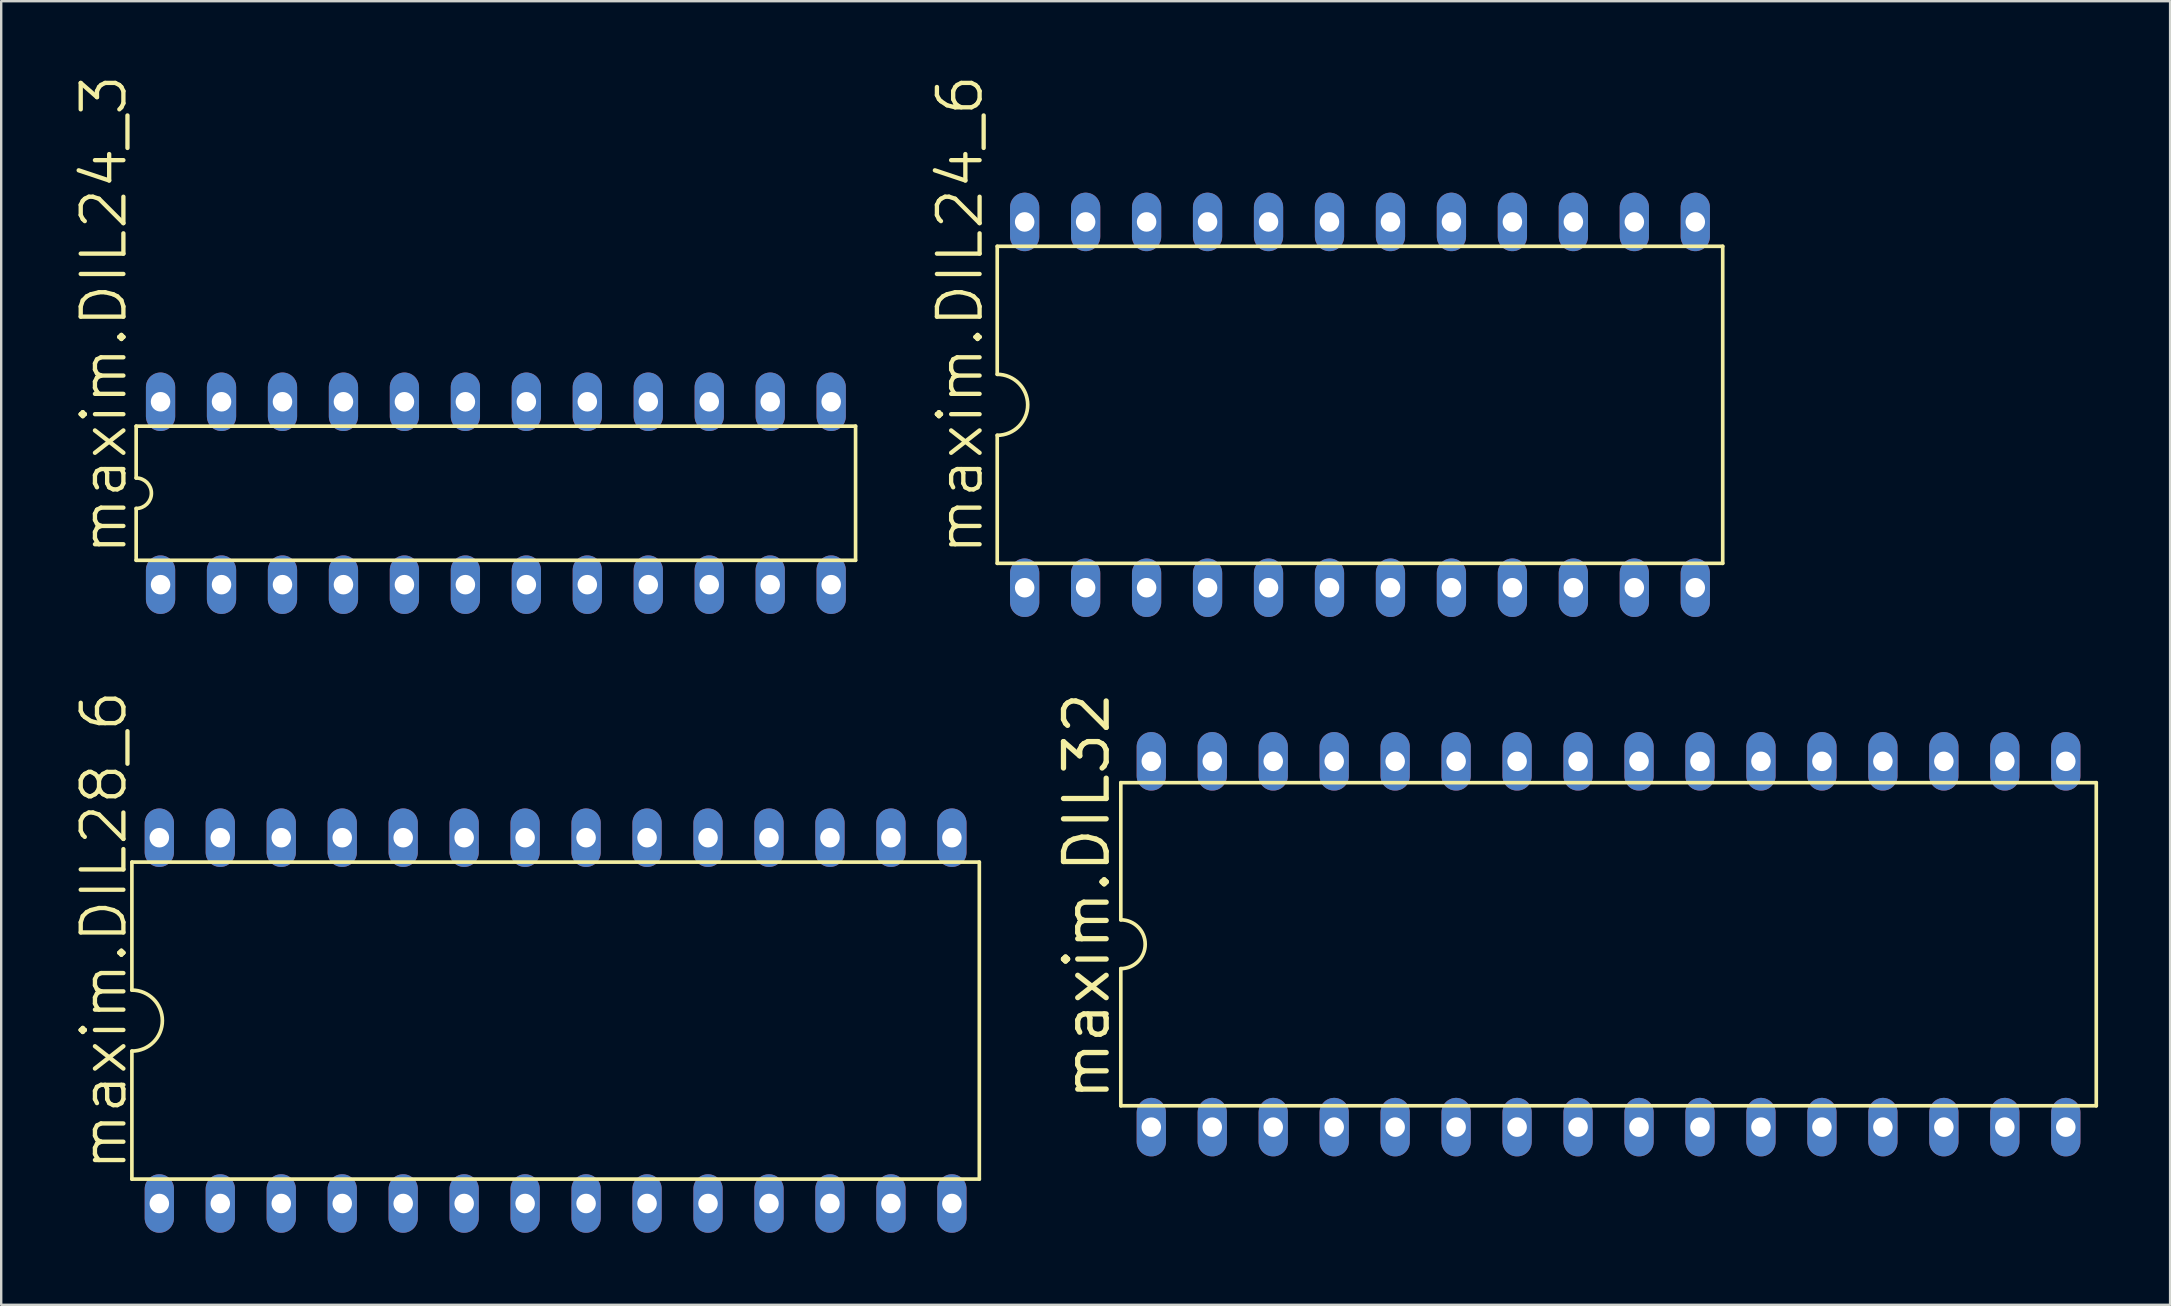
<source format=kicad_pcb>
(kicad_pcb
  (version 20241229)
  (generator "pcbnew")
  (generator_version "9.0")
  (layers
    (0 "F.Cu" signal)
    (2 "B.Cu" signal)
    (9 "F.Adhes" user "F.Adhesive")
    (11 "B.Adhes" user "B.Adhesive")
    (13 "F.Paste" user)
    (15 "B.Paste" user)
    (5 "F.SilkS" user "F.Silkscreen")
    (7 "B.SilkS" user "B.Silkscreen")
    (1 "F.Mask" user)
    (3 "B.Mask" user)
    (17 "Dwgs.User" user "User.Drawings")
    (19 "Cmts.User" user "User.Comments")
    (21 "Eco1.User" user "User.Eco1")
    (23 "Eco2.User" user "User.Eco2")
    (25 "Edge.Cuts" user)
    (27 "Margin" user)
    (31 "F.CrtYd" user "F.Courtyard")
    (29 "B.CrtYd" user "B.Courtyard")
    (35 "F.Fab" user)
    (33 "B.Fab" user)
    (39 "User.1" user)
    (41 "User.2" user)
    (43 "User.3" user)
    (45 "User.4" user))
  (footprint "maxim.DIL24_6"
    (layer "F.Cu")
    (at 53.61 13.816)
    (property "Reference" "maxim.DIL24_6" (at -15.621 6.35 90) (layer "F.SilkS") (effects (font (size 1.778 1.778) (thickness 0.18)) (justify left bottom)))
    (attr through_hole)
    (fp_line (start -15.113 -6.604) (end -15.113 -1.27) (stroke (width 0.152) (type default)) (layer "F.SilkS"))
    (fp_line (start -15.113 -6.604) (end 15.113 -6.604) (stroke (width 0.152) (type default)) (layer "F.SilkS"))
    (fp_line (start -15.113 1.27) (end -15.113 6.604) (stroke (width 0.152) (type default)) (layer "F.SilkS"))
    (fp_line (start -15.113 6.604) (end 15.113 6.604) (stroke (width 0.152) (type default)) (layer "F.SilkS"))
    (fp_line (start 15.113 6.604) (end 15.113 -6.604) (stroke (width 0.152) (type default)) (layer "F.SilkS"))
    (fp_arc (start -15.113 -1.27) (mid -13.843 0) (end -15.113 1.27) (stroke (width 0.1524) (type default)) (layer "F.SilkS"))
    (pad "1" thru_hole oval (at -13.97 7.62 90) (size 2.438 1.219) (drill 0.813) (layers "*.Cu" "*.Mask"))
    (pad "2" thru_hole oval (at -11.43 7.62 90) (size 2.438 1.219) (drill 0.813) (layers "*.Cu" "*.Mask"))
    (pad "3" thru_hole oval (at -8.89 7.62 90) (size 2.438 1.219) (drill 0.813) (layers "*.Cu" "*.Mask"))
    (pad "4" thru_hole oval (at -6.35 7.62 90) (size 2.438 1.219) (drill 0.813) (layers "*.Cu" "*.Mask"))
    (pad "5" thru_hole oval (at -3.81 7.62 90) (size 2.438 1.219) (drill 0.813) (layers "*.Cu" "*.Mask"))
    (pad "6" thru_hole oval (at -1.27 7.62 90) (size 2.438 1.219) (drill 0.813) (layers "*.Cu" "*.Mask"))
    (pad "7" thru_hole oval (at 1.27 7.62 90) (size 2.438 1.219) (drill 0.813) (layers "*.Cu" "*.Mask"))
    (pad "8" thru_hole oval (at 3.81 7.62 90) (size 2.438 1.219) (drill 0.813) (layers "*.Cu" "*.Mask"))
    (pad "9" thru_hole oval (at 6.35 7.62 90) (size 2.438 1.219) (drill 0.813) (layers "*.Cu" "*.Mask"))
    (pad "10" thru_hole oval (at 8.89 7.62 90) (size 2.438 1.219) (drill 0.813) (layers "*.Cu" "*.Mask"))
    (pad "11" thru_hole oval (at 11.43 7.62 90) (size 2.438 1.219) (drill 0.813) (layers "*.Cu" "*.Mask"))
    (pad "12" thru_hole oval (at 13.97 7.62 90) (size 2.438 1.219) (drill 0.813) (layers "*.Cu" "*.Mask"))
    (pad "13" thru_hole oval (at 13.97 -7.62 90) (size 2.438 1.219) (drill 0.813) (layers "*.Cu" "*.Mask"))
    (pad "14" thru_hole oval (at 11.43 -7.62 90) (size 2.438 1.219) (drill 0.813) (layers "*.Cu" "*.Mask"))
    (pad "15" thru_hole oval (at 8.89 -7.62 90) (size 2.438 1.219) (drill 0.813) (layers "*.Cu" "*.Mask"))
    (pad "16" thru_hole oval (at 6.35 -7.62 90) (size 2.438 1.219) (drill 0.813) (layers "*.Cu" "*.Mask"))
    (pad "17" thru_hole oval (at 3.81 -7.62 90) (size 2.438 1.219) (drill 0.813) (layers "*.Cu" "*.Mask"))
    (pad "18" thru_hole oval (at 1.27 -7.62 90) (size 2.438 1.219) (drill 0.813) (layers "*.Cu" "*.Mask"))
    (pad "19" thru_hole oval (at -1.27 -7.62 90) (size 2.438 1.219) (drill 0.813) (layers "*.Cu" "*.Mask"))
    (pad "20" thru_hole oval (at -3.81 -7.62 90) (size 2.438 1.219) (drill 0.813) (layers "*.Cu" "*.Mask"))
    (pad "21" thru_hole oval (at -6.35 -7.62 90) (size 2.438 1.219) (drill 0.813) (layers "*.Cu" "*.Mask"))
    (pad "22" thru_hole oval (at -8.89 -7.62 90) (size 2.438 1.219) (drill 0.813) (layers "*.Cu" "*.Mask"))
    (pad "23" thru_hole oval (at -11.43 -7.62 90) (size 2.438 1.219) (drill 0.813) (layers "*.Cu" "*.Mask"))
    (pad "24" thru_hole oval (at -13.97 -7.62 90) (size 2.438 1.219) (drill 0.813) (layers "*.Cu" "*.Mask")))
  (footprint "maxim.DIL28_6"
    (layer "F.Cu")
    (at 20.098 39.471)
    (property "Reference" "maxim.DIL28_6" (at -17.78 6.35 90) (layer "F.SilkS") (effects (font (size 1.778 1.778) (thickness 0.18)) (justify left bottom)))
    (attr through_hole)
    (fp_line (start -17.653 -6.604) (end -17.653 -1.27) (stroke (width 0.152) (type default)) (layer "F.SilkS"))
    (fp_line (start -17.653 -6.604) (end 17.653 -6.604) (stroke (width 0.152) (type default)) (layer "F.SilkS"))
    (fp_line (start -17.653 1.27) (end -17.653 6.604) (stroke (width 0.152) (type default)) (layer "F.SilkS"))
    (fp_line (start -17.653 6.604) (end 17.653 6.604) (stroke (width 0.152) (type default)) (layer "F.SilkS"))
    (fp_line (start 17.653 6.604) (end 17.653 -6.604) (stroke (width 0.152) (type default)) (layer "F.SilkS"))
    (fp_arc (start -17.653 -1.27) (mid -16.383 0) (end -17.653 1.27) (stroke (width 0.1524) (type default)) (layer "F.SilkS"))
    (pad "1" thru_hole oval (at -16.51 7.62 90) (size 2.438 1.219) (drill 0.813) (layers "*.Cu" "*.Mask"))
    (pad "2" thru_hole oval (at -13.97 7.62 90) (size 2.438 1.219) (drill 0.813) (layers "*.Cu" "*.Mask"))
    (pad "3" thru_hole oval (at -11.43 7.62 90) (size 2.438 1.219) (drill 0.813) (layers "*.Cu" "*.Mask"))
    (pad "4" thru_hole oval (at -8.89 7.62 90) (size 2.438 1.219) (drill 0.813) (layers "*.Cu" "*.Mask"))
    (pad "5" thru_hole oval (at -6.35 7.62 90) (size 2.438 1.219) (drill 0.813) (layers "*.Cu" "*.Mask"))
    (pad "6" thru_hole oval (at -3.81 7.62 90) (size 2.438 1.219) (drill 0.813) (layers "*.Cu" "*.Mask"))
    (pad "7" thru_hole oval (at -1.27 7.62 90) (size 2.438 1.219) (drill 0.813) (layers "*.Cu" "*.Mask"))
    (pad "8" thru_hole oval (at 1.27 7.62 90) (size 2.438 1.219) (drill 0.813) (layers "*.Cu" "*.Mask"))
    (pad "9" thru_hole oval (at 3.81 7.62 90) (size 2.438 1.219) (drill 0.813) (layers "*.Cu" "*.Mask"))
    (pad "10" thru_hole oval (at 6.35 7.62 90) (size 2.438 1.219) (drill 0.813) (layers "*.Cu" "*.Mask"))
    (pad "11" thru_hole oval (at 8.89 7.62 90) (size 2.438 1.219) (drill 0.813) (layers "*.Cu" "*.Mask"))
    (pad "12" thru_hole oval (at 11.43 7.62 90) (size 2.438 1.219) (drill 0.813) (layers "*.Cu" "*.Mask"))
    (pad "13" thru_hole oval (at 13.97 7.62 90) (size 2.438 1.219) (drill 0.813) (layers "*.Cu" "*.Mask"))
    (pad "14" thru_hole oval (at 16.51 7.62 90) (size 2.438 1.219) (drill 0.813) (layers "*.Cu" "*.Mask"))
    (pad "15" thru_hole oval (at 16.51 -7.62 90) (size 2.438 1.219) (drill 0.813) (layers "*.Cu" "*.Mask"))
    (pad "16" thru_hole oval (at 13.97 -7.62 90) (size 2.438 1.219) (drill 0.813) (layers "*.Cu" "*.Mask"))
    (pad "17" thru_hole oval (at 11.43 -7.62 90) (size 2.438 1.219) (drill 0.813) (layers "*.Cu" "*.Mask"))
    (pad "18" thru_hole oval (at 8.89 -7.62 90) (size 2.438 1.219) (drill 0.813) (layers "*.Cu" "*.Mask"))
    (pad "19" thru_hole oval (at 6.35 -7.62 90) (size 2.438 1.219) (drill 0.813) (layers "*.Cu" "*.Mask"))
    (pad "20" thru_hole oval (at 3.81 -7.62 90) (size 2.438 1.219) (drill 0.813) (layers "*.Cu" "*.Mask"))
    (pad "21" thru_hole oval (at 1.27 -7.62 90) (size 2.438 1.219) (drill 0.813) (layers "*.Cu" "*.Mask"))
    (pad "22" thru_hole oval (at -1.27 -7.62 90) (size 2.438 1.219) (drill 0.813) (layers "*.Cu" "*.Mask"))
    (pad "23" thru_hole oval (at -3.81 -7.62 90) (size 2.438 1.219) (drill 0.813) (layers "*.Cu" "*.Mask"))
    (pad "24" thru_hole oval (at -6.35 -7.62 90) (size 2.438 1.219) (drill 0.813) (layers "*.Cu" "*.Mask"))
    (pad "25" thru_hole oval (at -8.89 -7.62 90) (size 2.438 1.219) (drill 0.813) (layers "*.Cu" "*.Mask"))
    (pad "26" thru_hole oval (at -11.43 -7.62 90) (size 2.438 1.219) (drill 0.813) (layers "*.Cu" "*.Mask"))
    (pad "27" thru_hole oval (at -13.97 -7.62 90) (size 2.438 1.219) (drill 0.813) (layers "*.Cu" "*.Mask"))
    (pad "28" thru_hole oval (at -16.51 -7.62 90) (size 2.438 1.219) (drill 0.813) (layers "*.Cu" "*.Mask")))
  (footprint "maxim.DIL24_3"
    (layer "F.Cu")
    (at 17.609 17.499)
    (property "Reference" "maxim.DIL24_3" (at -15.291 2.667 90) (layer "F.SilkS") (effects (font (size 1.778 1.778) (thickness 0.18)) (justify left bottom)))
    (attr through_hole)
    (fp_line (start -14.986 -2.794) (end -14.986 -0.635) (stroke (width 0.152) (type default)) (layer "F.SilkS"))
    (fp_line (start -14.986 -2.794) (end 14.986 -2.794) (stroke (width 0.152) (type default)) (layer "F.SilkS"))
    (fp_line (start -14.986 0.635) (end -14.986 2.794) (stroke (width 0.152) (type default)) (layer "F.SilkS"))
    (fp_line (start -14.986 2.794) (end 14.986 2.794) (stroke (width 0.152) (type default)) (layer "F.SilkS"))
    (fp_line (start 14.986 2.794) (end 14.986 -2.794) (stroke (width 0.152) (type default)) (layer "F.SilkS"))
    (fp_arc (start -14.986 -0.635) (mid -14.351 0) (end -14.986 0.635) (stroke (width 0.1524) (type default)) (layer "F.SilkS"))
    (pad "1" thru_hole oval (at -13.97 3.81 90) (size 2.438 1.219) (drill 0.813) (layers "*.Cu" "*.Mask"))
    (pad "2" thru_hole oval (at -11.43 3.81 90) (size 2.438 1.219) (drill 0.813) (layers "*.Cu" "*.Mask"))
    (pad "3" thru_hole oval (at -8.89 3.81 90) (size 2.438 1.219) (drill 0.813) (layers "*.Cu" "*.Mask"))
    (pad "4" thru_hole oval (at -6.35 3.81 90) (size 2.438 1.219) (drill 0.813) (layers "*.Cu" "*.Mask"))
    (pad "5" thru_hole oval (at -3.81 3.81 90) (size 2.438 1.219) (drill 0.813) (layers "*.Cu" "*.Mask"))
    (pad "6" thru_hole oval (at -1.27 3.81 90) (size 2.438 1.219) (drill 0.813) (layers "*.Cu" "*.Mask"))
    (pad "7" thru_hole oval (at 1.27 3.81 90) (size 2.438 1.219) (drill 0.813) (layers "*.Cu" "*.Mask"))
    (pad "8" thru_hole oval (at 3.81 3.81 90) (size 2.438 1.219) (drill 0.813) (layers "*.Cu" "*.Mask"))
    (pad "9" thru_hole oval (at 6.35 3.81 90) (size 2.438 1.219) (drill 0.813) (layers "*.Cu" "*.Mask"))
    (pad "10" thru_hole oval (at 8.89 3.81 90) (size 2.438 1.219) (drill 0.813) (layers "*.Cu" "*.Mask"))
    (pad "11" thru_hole oval (at 11.43 3.81 90) (size 2.438 1.219) (drill 0.813) (layers "*.Cu" "*.Mask"))
    (pad "12" thru_hole oval (at 13.97 3.81 90) (size 2.438 1.219) (drill 0.813) (layers "*.Cu" "*.Mask"))
    (pad "13" thru_hole oval (at 13.97 -3.81 90) (size 2.438 1.219) (drill 0.813) (layers "*.Cu" "*.Mask"))
    (pad "14" thru_hole oval (at 11.43 -3.81 90) (size 2.438 1.219) (drill 0.813) (layers "*.Cu" "*.Mask"))
    (pad "15" thru_hole oval (at 8.89 -3.81 90) (size 2.438 1.219) (drill 0.813) (layers "*.Cu" "*.Mask"))
    (pad "16" thru_hole oval (at 6.35 -3.81 90) (size 2.438 1.219) (drill 0.813) (layers "*.Cu" "*.Mask"))
    (pad "17" thru_hole oval (at 3.81 -3.81 90) (size 2.438 1.219) (drill 0.813) (layers "*.Cu" "*.Mask"))
    (pad "18" thru_hole oval (at 1.27 -3.81 90) (size 2.438 1.219) (drill 0.813) (layers "*.Cu" "*.Mask"))
    (pad "19" thru_hole oval (at -1.27 -3.81 90) (size 2.438 1.219) (drill 0.813) (layers "*.Cu" "*.Mask"))
    (pad "20" thru_hole oval (at -3.81 -3.81 90) (size 2.438 1.219) (drill 0.813) (layers "*.Cu" "*.Mask"))
    (pad "21" thru_hole oval (at -6.35 -3.81 90) (size 2.438 1.219) (drill 0.813) (layers "*.Cu" "*.Mask"))
    (pad "22" thru_hole oval (at -8.89 -3.81 90) (size 2.438 1.219) (drill 0.813) (layers "*.Cu" "*.Mask"))
    (pad "23" thru_hole oval (at -11.43 -3.81 90) (size 2.438 1.219) (drill 0.813) (layers "*.Cu" "*.Mask"))
    (pad "24" thru_hole oval (at -13.97 -3.81 90) (size 2.438 1.219) (drill 0.813) (layers "*.Cu" "*.Mask")))
  (footprint "maxim.DIL32"
    (layer "F.Cu")
    (at 63.966 36.289)
    (property "Reference" "maxim.DIL32" (at -20.701 6.604 90) (layer "F.SilkS") (effects (font (size 1.778 1.778) (thickness 0.22)) (justify left bottom)))
    (attr through_hole)
    (fp_line (start -20.32 -6.731) (end -20.32 -1.016) (stroke (width 0.152) (type default)) (layer "F.SilkS"))
    (fp_line (start -20.32 6.731) (end -20.32 1.016) (stroke (width 0.152) (type default)) (layer "F.SilkS"))
    (fp_line (start -20.32 6.731) (end 20.32 6.731) (stroke (width 0.152) (type default)) (layer "F.SilkS"))
    (fp_line (start 20.32 -6.731) (end -20.32 -6.731) (stroke (width 0.152) (type default)) (layer "F.SilkS"))
    (fp_line (start 20.32 -6.731) (end 20.32 6.731) (stroke (width 0.152) (type default)) (layer "F.SilkS"))
    (fp_arc (start -20.32 -1.016) (mid -19.304 0) (end -20.32 1.016) (stroke (width 0.1524) (type default)) (layer "F.SilkS"))
    (pad "1" thru_hole oval (at -19.05 7.62 90) (size 2.438 1.219) (drill 0.813) (layers "*.Cu" "*.Mask"))
    (pad "2" thru_hole oval (at -16.51 7.62 90) (size 2.438 1.219) (drill 0.813) (layers "*.Cu" "*.Mask"))
    (pad "3" thru_hole oval (at -13.97 7.62 90) (size 2.438 1.219) (drill 0.813) (layers "*.Cu" "*.Mask"))
    (pad "4" thru_hole oval (at -11.43 7.62 90) (size 2.438 1.219) (drill 0.813) (layers "*.Cu" "*.Mask"))
    (pad "5" thru_hole oval (at -8.89 7.62 90) (size 2.438 1.219) (drill 0.813) (layers "*.Cu" "*.Mask"))
    (pad "6" thru_hole oval (at -6.35 7.62 90) (size 2.438 1.219) (drill 0.813) (layers "*.Cu" "*.Mask"))
    (pad "7" thru_hole oval (at -3.81 7.62 90) (size 2.438 1.219) (drill 0.813) (layers "*.Cu" "*.Mask"))
    (pad "8" thru_hole oval (at -1.27 7.62 90) (size 2.438 1.219) (drill 0.813) (layers "*.Cu" "*.Mask"))
    (pad "9" thru_hole oval (at 1.27 7.62 90) (size 2.438 1.219) (drill 0.813) (layers "*.Cu" "*.Mask"))
    (pad "10" thru_hole oval (at 3.81 7.62 90) (size 2.438 1.219) (drill 0.813) (layers "*.Cu" "*.Mask"))
    (pad "11" thru_hole oval (at 6.35 7.62 90) (size 2.438 1.219) (drill 0.813) (layers "*.Cu" "*.Mask"))
    (pad "12" thru_hole oval (at 8.89 7.62 90) (size 2.438 1.219) (drill 0.813) (layers "*.Cu" "*.Mask"))
    (pad "13" thru_hole oval (at 11.43 7.62 90) (size 2.438 1.219) (drill 0.813) (layers "*.Cu" "*.Mask"))
    (pad "14" thru_hole oval (at 13.97 7.62 90) (size 2.438 1.219) (drill 0.813) (layers "*.Cu" "*.Mask"))
    (pad "15" thru_hole oval (at 16.51 7.62 90) (size 2.438 1.219) (drill 0.813) (layers "*.Cu" "*.Mask"))
    (pad "16" thru_hole oval (at 19.05 7.62 90) (size 2.438 1.219) (drill 0.813) (layers "*.Cu" "*.Mask"))
    (pad "17" thru_hole oval (at 19.05 -7.62 90) (size 2.438 1.219) (drill 0.813) (layers "*.Cu" "*.Mask"))
    (pad "18" thru_hole oval (at 16.51 -7.62 90) (size 2.438 1.219) (drill 0.813) (layers "*.Cu" "*.Mask"))
    (pad "19" thru_hole oval (at 13.97 -7.62 90) (size 2.438 1.219) (drill 0.813) (layers "*.Cu" "*.Mask"))
    (pad "20" thru_hole oval (at 11.43 -7.62 90) (size 2.438 1.219) (drill 0.813) (layers "*.Cu" "*.Mask"))
    (pad "21" thru_hole oval (at 8.89 -7.62 90) (size 2.438 1.219) (drill 0.813) (layers "*.Cu" "*.Mask"))
    (pad "22" thru_hole oval (at 6.35 -7.62 90) (size 2.438 1.219) (drill 0.813) (layers "*.Cu" "*.Mask"))
    (pad "23" thru_hole oval (at 3.81 -7.62 90) (size 2.438 1.219) (drill 0.813) (layers "*.Cu" "*.Mask"))
    (pad "24" thru_hole oval (at 1.27 -7.62 90) (size 2.438 1.219) (drill 0.813) (layers "*.Cu" "*.Mask"))
    (pad "25" thru_hole oval (at -1.27 -7.62 90) (size 2.438 1.219) (drill 0.813) (layers "*.Cu" "*.Mask"))
    (pad "26" thru_hole oval (at -3.81 -7.62 90) (size 2.438 1.219) (drill 0.813) (layers "*.Cu" "*.Mask"))
    (pad "27" thru_hole oval (at -6.35 -7.62 90) (size 2.438 1.219) (drill 0.813) (layers "*.Cu" "*.Mask"))
    (pad "28" thru_hole oval (at -8.89 -7.62 90) (size 2.438 1.219) (drill 0.813) (layers "*.Cu" "*.Mask"))
    (pad "29" thru_hole oval (at -11.43 -7.62 90) (size 2.438 1.219) (drill 0.813) (layers "*.Cu" "*.Mask"))
    (pad "30" thru_hole oval (at -13.97 -7.62 90) (size 2.438 1.219) (drill 0.813) (layers "*.Cu" "*.Mask"))
    (pad "31" thru_hole oval (at -16.51 -7.62 90) (size 2.438 1.219) (drill 0.813) (layers "*.Cu" "*.Mask"))
    (pad "32" thru_hole oval (at -19.05 -7.62 90) (size 2.438 1.219) (drill 0.813) (layers "*.Cu" "*.Mask")))
  (gr_rect
    (start -3 -3)
    (end 87.362 51.31)
    (stroke (width 0.1) (type default))
    (fill no)
    (layer "Edge.Cuts")))
</source>
